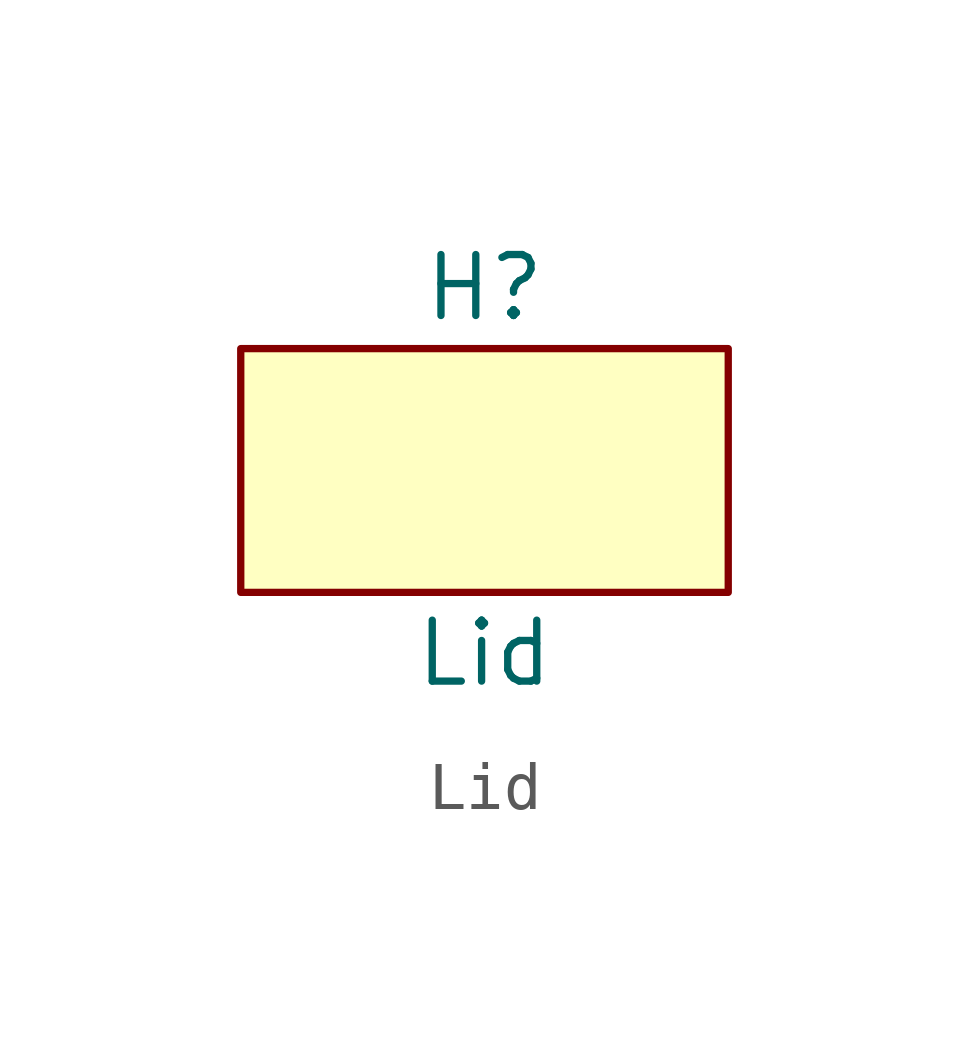
<source format=kicad_sym>
(kicad_symbol_lib
  (version 20220914)
  (generator kicad_symbol_editor)
  (symbol "Lid"
    (property "Reference" "H"
      (at 0 3.81 0)
      (effects (font (size 1.27 1.27))))
    (property "Value" "Lid"
      (at 0 -3.81 0)
      (effects (font (size 1.27 1.27))))
    (symbol "Lid_1_1"
      (rectangle (start -5.08 2.54) (end 5.08 -2.54) (stroke (width 0) (type default)) (fill (type background))))))
</source>
